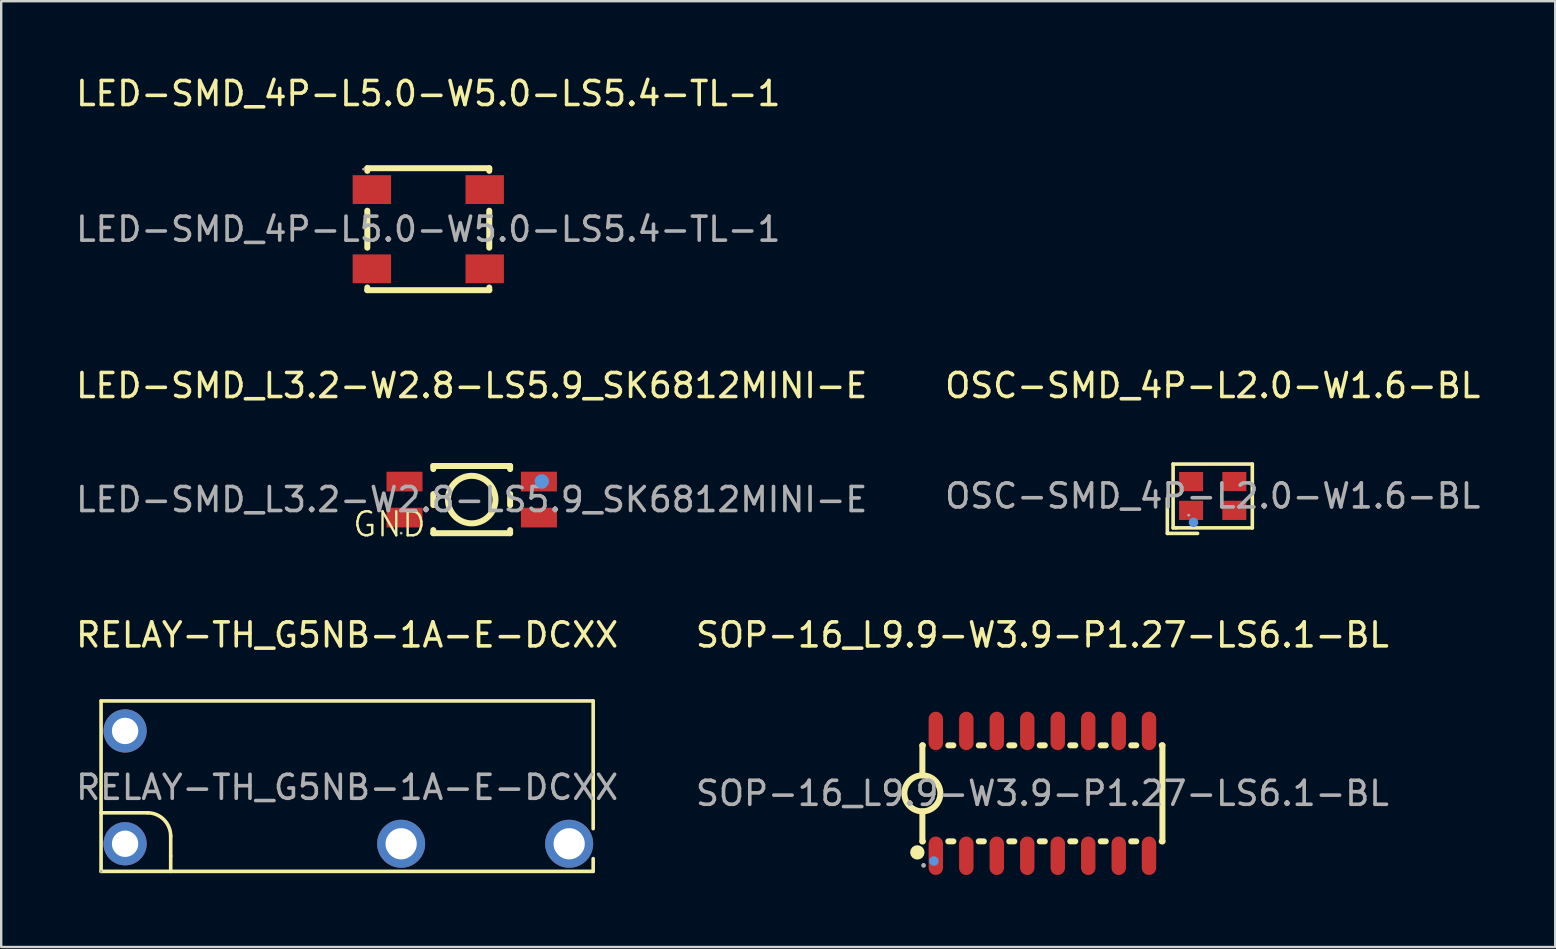
<source format=kicad_pcb>
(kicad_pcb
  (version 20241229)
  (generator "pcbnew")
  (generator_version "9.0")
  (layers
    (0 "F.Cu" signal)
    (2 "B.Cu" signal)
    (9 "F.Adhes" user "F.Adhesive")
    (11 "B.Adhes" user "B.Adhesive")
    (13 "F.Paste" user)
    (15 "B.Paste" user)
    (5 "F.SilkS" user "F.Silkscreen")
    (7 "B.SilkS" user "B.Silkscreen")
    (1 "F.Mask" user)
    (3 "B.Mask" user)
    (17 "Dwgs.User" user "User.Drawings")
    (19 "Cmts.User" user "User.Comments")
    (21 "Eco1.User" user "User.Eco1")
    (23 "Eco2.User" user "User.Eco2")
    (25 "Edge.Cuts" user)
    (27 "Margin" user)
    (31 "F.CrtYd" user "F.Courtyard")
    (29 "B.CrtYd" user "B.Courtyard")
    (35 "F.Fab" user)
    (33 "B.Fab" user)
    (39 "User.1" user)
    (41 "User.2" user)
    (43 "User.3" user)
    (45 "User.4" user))
  (footprint "SOP-16_L9.9-W3.9-P1.27-LS6.1-BL"
    (layer "F.Cu")
    (at 40.375 30)
    (property "Reference" "SOP-16_L9.9-W3.9-P1.27-LS6.1-BL" (at 0 -6.6 0) (layer "F.SilkS") (effects (font (size 1 1) (thickness 0.15))))
    (attr through_hole)
    (fp_line (start -5 -2) (end -5 -0.75) (stroke (width 0.25) (type solid)) (layer "F.SilkS"))
    (fp_line (start -5 -2) (end -4.98 -2) (stroke (width 0.25) (type solid)) (layer "F.SilkS"))
    (fp_line (start -5 2) (end -5 0.75) (stroke (width 0.25) (type solid)) (layer "F.SilkS"))
    (fp_line (start -5 2) (end -4.98 2) (stroke (width 0.25) (type solid)) (layer "F.SilkS"))
    (fp_line (start -3.92 -2) (end -3.71 -2) (stroke (width 0.25) (type solid)) (layer "F.SilkS"))
    (fp_line (start -3.92 2) (end -3.71 2) (stroke (width 0.25) (type solid)) (layer "F.SilkS"))
    (fp_line (start -2.65 -2) (end -2.44 -2) (stroke (width 0.25) (type solid)) (layer "F.SilkS"))
    (fp_line (start -2.65 2) (end -2.44 2) (stroke (width 0.25) (type solid)) (layer "F.SilkS"))
    (fp_line (start -1.38 -2) (end -1.17 -2) (stroke (width 0.25) (type solid)) (layer "F.SilkS"))
    (fp_line (start -1.38 2) (end -1.17 2) (stroke (width 0.25) (type solid)) (layer "F.SilkS"))
    (fp_line (start -0.11 -2) (end 0.1 -2) (stroke (width 0.25) (type solid)) (layer "F.SilkS"))
    (fp_line (start -0.11 2) (end 0.1 2) (stroke (width 0.25) (type solid)) (layer "F.SilkS"))
    (fp_line (start 1.16 -2) (end 1.37 -2) (stroke (width 0.25) (type solid)) (layer "F.SilkS"))
    (fp_line (start 1.16 2) (end 1.37 2) (stroke (width 0.25) (type solid)) (layer "F.SilkS"))
    (fp_line (start 2.43 -2) (end 2.64 -2) (stroke (width 0.25) (type solid)) (layer "F.SilkS"))
    (fp_line (start 2.43 2) (end 2.64 2) (stroke (width 0.25) (type solid)) (layer "F.SilkS"))
    (fp_line (start 3.7 -2) (end 3.91 -2) (stroke (width 0.25) (type solid)) (layer "F.SilkS"))
    (fp_line (start 3.7 2) (end 3.91 2) (stroke (width 0.25) (type solid)) (layer "F.SilkS"))
    (fp_line (start 4.97 -2) (end 5 -2) (stroke (width 0.25) (type solid)) (layer "F.SilkS"))
    (fp_line (start 4.97 2) (end 5 2) (stroke (width 0.25) (type solid)) (layer "F.SilkS"))
    (fp_line (start 5 2) (end 5 -2) (stroke (width 0.25) (type solid)) (layer "F.SilkS"))
    (fp_arc (start -5.21 2.46) (mid -5.21 2.46) (end -5.21 2.46) (stroke (width 0.3) (type solid)) (layer "F.SilkS"))
    (fp_arc (start -5.013089 0.749886) (mid -4.993455 -0.749972) (end -5 0.75) (stroke (width 0.25) (type solid)) (layer "F.SilkS"))
    (fp_circle (center -4.52 2.82) (end -4.42 2.82) (stroke (width 0.2) (type solid)) (fill no) (layer "Cmts.User"))
    (fp_circle (center -4.95 3) (end -4.9 3) (stroke (width 0.1) (type solid)) (fill no) (layer "F.Fab"))
    (fp_text user "${REFERENCE}" (at 0 0 0) (layer "F.Fab") (effects (font (size 1 1) (thickness 0.15))))
    (pad "1" smd oval (at -4.44 2.6 180) (size 0.6 1.6) (layers "F.Cu" "F.Mask" "F.Paste"))
    (pad "2" smd oval (at -3.17 2.6 180) (size 0.6 1.6) (layers "F.Cu" "F.Mask" "F.Paste"))
    (pad "3" smd oval (at -1.9 2.6 180) (size 0.6 1.6) (layers "F.Cu" "F.Mask" "F.Paste"))
    (pad "4" smd oval (at -0.63 2.6 180) (size 0.6 1.6) (layers "F.Cu" "F.Mask" "F.Paste"))
    (pad "5" smd oval (at 0.64 2.6 180) (size 0.6 1.6) (layers "F.Cu" "F.Mask" "F.Paste"))
    (pad "6" smd oval (at 1.91 2.6 180) (size 0.6 1.6) (layers "F.Cu" "F.Mask" "F.Paste"))
    (pad "7" smd oval (at 3.18 2.6 180) (size 0.6 1.6) (layers "F.Cu" "F.Mask" "F.Paste"))
    (pad "8" smd oval (at 4.44 2.6 180) (size 0.6 1.6) (layers "F.Cu" "F.Mask" "F.Paste"))
    (pad "9" smd oval (at 4.44 -2.6 180) (size 0.6 1.6) (layers "F.Cu" "F.Mask" "F.Paste"))
    (pad "10" smd oval (at 3.18 -2.6 180) (size 0.6 1.6) (layers "F.Cu" "F.Mask" "F.Paste"))
    (pad "11" smd oval (at 1.91 -2.6 180) (size 0.6 1.6) (layers "F.Cu" "F.Mask" "F.Paste"))
    (pad "12" smd oval (at 0.64 -2.6 180) (size 0.6 1.6) (layers "F.Cu" "F.Mask" "F.Paste"))
    (pad "13" smd oval (at -0.63 -2.6 180) (size 0.6 1.6) (layers "F.Cu" "F.Mask" "F.Paste"))
    (pad "14" smd oval (at -1.9 -2.6 180) (size 0.6 1.6) (layers "F.Cu" "F.Mask" "F.Paste"))
    (pad "15" smd oval (at -3.17 -2.6 180) (size 0.6 1.6) (layers "F.Cu" "F.Mask" "F.Paste"))
    (pad "16" smd oval (at -4.44 -2.6 180) (size 0.6 1.6) (layers "F.Cu" "F.Mask" "F.Paste")))
  (footprint "LED-SMD_L3.2-W2.8-LS5.9_SK6812MINI-E"
    (layer "F.Cu")
    (at 16.601 17.762)
    (property "Reference" "LED-SMD_L3.2-W2.8-LS5.9_SK6812MINI-E" (at 0 -4.75 0) (layer "F.SilkS") (effects (font (size 1 1) (thickness 0.15))))
    (attr smd)
    (fp_line (start -1.6 -1.4) (end -1.6 -1.27) (stroke (width 0.25) (type solid)) (layer "F.SilkS"))
    (fp_line (start -1.6 -1.4) (end 1.6 -1.4) (stroke (width 0.25) (type solid)) (layer "F.SilkS"))
    (fp_line (start -1.6 -0.23) (end -1.6 0.23) (stroke (width 0.25) (type solid)) (layer "F.SilkS"))
    (fp_line (start -1.6 1.27) (end -1.6 1.4) (stroke (width 0.25) (type solid)) (layer "F.SilkS"))
    (fp_line (start -1.6 1.4) (end 1.6 1.4) (stroke (width 0.25) (type solid)) (layer "F.SilkS"))
    (fp_line (start 1.6 -1.4) (end 1.6 -1.27) (stroke (width 0.25) (type solid)) (layer "F.SilkS"))
    (fp_line (start 1.6 -0.23) (end 1.6 0.23) (stroke (width 0.25) (type solid)) (layer "F.SilkS"))
    (fp_line (start 1.6 1.27) (end 1.6 1.4) (stroke (width 0.25) (type solid)) (layer "F.SilkS"))
    (fp_circle (center 0 0) (end 0.99 0) (stroke (width 0.25) (type solid)) (fill no) (layer "F.SilkS"))
    (fp_circle (center 2.92 -0.76) (end 3.07 -0.76) (stroke (width 0.3) (type solid)) (fill no) (layer "Cmts.User"))
    (fp_circle (center -2.94 1.4) (end -2.91 1.4) (stroke (width 0.06) (type solid)) (fill no) (layer "F.Fab"))
    (fp_text user "GND" (at -5.02 1.03 0) (layer "F.SilkS") (effects (font (size 1 1) (thickness 0.1)) (justify left)))
    (fp_text user "${REFERENCE}" (at 0 0 0) (layer "F.Fab") (effects (font (size 1 1) (thickness 0.15))))
    (pad "1" smd rect (at 2.8 -0.75 90) (size 0.82 1.5) (layers "F.Cu" "F.Mask" "F.Paste"))
    (pad "2" smd rect (at 2.8 0.75 90) (size 0.82 1.5) (layers "F.Cu" "F.Mask" "F.Paste"))
    (pad "3" smd rect (at -2.8 0.75 90) (size 0.82 1.5) (layers "F.Cu" "F.Mask" "F.Paste"))
    (pad "4" smd rect (at -2.8 -0.75 90) (size 0.82 1.5) (layers "F.Cu" "F.Mask" "F.Paste")))
  (footprint "RELAY-TH_G5NB-1A-E-DCXX"
    (layer "F.Cu")
    (at 11.411 29.75)
    (property "Reference" "RELAY-TH_G5NB-1A-E-DCXX" (at 0 -6.35 0) (layer "F.SilkS") (effects (font (size 1 1) (thickness 0.15))))
    (attr through_hole)
    (fp_line (start -10.25 -3.6) (end 10.25 -3.6) (stroke (width 0.15) (type solid)) (layer "F.SilkS"))
    (fp_line (start -10.25 1.06) (end -8.32 1.06) (stroke (width 0.15) (type solid)) (layer "F.SilkS"))
    (fp_line (start -10.25 3.5) (end -10.25 -3.6) (stroke (width 0.15) (type solid)) (layer "F.SilkS"))
    (fp_line (start -7.35 2.03) (end -7.35 2.86) (stroke (width 0.15) (type solid)) (layer "F.SilkS"))
    (fp_line (start -7.35 2.86) (end -7.35 3.5) (stroke (width 0.15) (type solid)) (layer "F.SilkS"))
    (fp_line (start 10.25 -3.6) (end 10.25 1.72) (stroke (width 0.15) (type solid)) (layer "F.SilkS"))
    (fp_line (start 10.25 2.97) (end 10.25 3.5) (stroke (width 0.15) (type solid)) (layer "F.SilkS"))
    (fp_line (start 10.25 3.5) (end -10.25 3.5) (stroke (width 0.15) (type solid)) (layer "F.SilkS"))
    (fp_arc (start -8.32 1.06) (mid -7.634106 1.344106) (end -7.35 2.03) (stroke (width 0.15) (type solid)) (layer "F.SilkS"))
    (fp_circle (center -10.25 3.5) (end -10.22 3.5) (stroke (width 0.06) (type solid)) (fill no) (layer "F.Fab"))
    (fp_text user "${REFERENCE}" (at 0 0 0) (layer "F.Fab") (effects (font (size 1 1) (thickness 0.15))))
    (pad "1" thru_hole circle (at -9.25 2.35) (size 1.8 1.8) (drill 1.1) (layers "*.Cu" "*.Mask"))
    (pad "2" thru_hole circle (at 2.25 2.35) (size 2 2) (drill 1.3) (layers "*.Cu" "*.Mask"))
    (pad "3" thru_hole circle (at 9.25 2.35) (size 2 2) (drill 1.3) (layers "*.Cu" "*.Mask"))
    (pad "4" thru_hole circle (at -9.25 -2.35) (size 1.8 1.8) (drill 1.1) (layers "*.Cu" "*.Mask")))
  (footprint "OSC-SMD_4P-L2.0-W1.6-BL"
    (layer "F.Cu")
    (at 47.47 17.611)
    (property "Reference" "OSC-SMD_4P-L2.0-W1.6-BL" (at 0 -4.6 0) (layer "F.SilkS") (effects (font (size 1 1) (thickness 0.15))))
    (attr smd)
    (fp_line (start -1.89 0.1) (end -1.89 1.56) (stroke (width 0.15) (type solid)) (layer "F.SilkS"))
    (fp_line (start -1.89 1.56) (end -0.63 1.56) (stroke (width 0.15) (type solid)) (layer "F.SilkS"))
    (fp_line (start -1.65 -1.33) (end 1.65 -1.33) (stroke (width 0.15) (type solid)) (layer "F.SilkS"))
    (fp_line (start -1.65 1.33) (end -1.65 -1.33) (stroke (width 0.15) (type solid)) (layer "F.SilkS"))
    (fp_line (start -1.53 1.33) (end -1.65 1.33) (stroke (width 0.15) (type solid)) (layer "F.SilkS"))
    (fp_line (start 1.65 -1.33) (end 1.65 1.33) (stroke (width 0.15) (type solid)) (layer "F.SilkS"))
    (fp_line (start 1.65 1.33) (end -1.53 1.33) (stroke (width 0.15) (type solid)) (layer "F.SilkS"))
    (fp_circle (center -0.8 1.1) (end -0.7 1.1) (stroke (width 0.2) (type solid)) (fill no) (layer "Cmts.User"))
    (fp_circle (center -1 0.8) (end -0.97 0.8) (stroke (width 0.06) (type solid)) (fill no) (layer "F.Fab"))
    (fp_text user "${REFERENCE}" (at 0 0 0) (layer "F.Fab") (effects (font (size 1 1) (thickness 0.15))))
    (pad "1" smd rect (at -0.9 0.6 90) (size 0.8 1) (layers "F.Cu" "F.Mask" "F.Paste"))
    (pad "2" smd rect (at 0.9 0.6 90) (size 0.8 1) (layers "F.Cu" "F.Mask" "F.Paste"))
    (pad "3" smd rect (at 0.9 -0.6 90) (size 0.8 1) (layers "F.Cu" "F.Mask" "F.Paste"))
    (pad "4" smd rect (at -0.9 -0.6 90) (size 0.8 1) (layers "F.Cu" "F.Mask" "F.Paste")))
  (footprint "LED-SMD_4P-L5.0-W5.0-LS5.4-TL-1"
    (layer "F.Cu")
    (at 14.792 6.498)
    (property "Reference" "LED-SMD_4P-L5.0-W5.0-LS5.4-TL-1" (at 0 -5.65 0) (layer "F.SilkS") (effects (font (size 1 1) (thickness 0.15))))
    (attr smd)
    (fp_line (start -2.54 -2.54) (end 2.54 -2.54) (stroke (width 0.25) (type solid)) (layer "F.SilkS"))
    (fp_line (start -2.54 -2.43) (end -2.54 -2.54) (stroke (width 0.25) (type solid)) (layer "F.SilkS"))
    (fp_line (start -2.54 0.77) (end -2.54 -0.77) (stroke (width 0.25) (type solid)) (layer "F.SilkS"))
    (fp_line (start -2.54 2.54) (end -2.54 2.43) (stroke (width 0.25) (type solid)) (layer "F.SilkS"))
    (fp_line (start 2.54 -2.54) (end 2.54 -2.43) (stroke (width 0.25) (type solid)) (layer "F.SilkS"))
    (fp_line (start 2.54 -0.77) (end 2.54 0.77) (stroke (width 0.25) (type solid)) (layer "F.SilkS"))
    (fp_line (start 2.54 2.43) (end 2.54 2.54) (stroke (width 0.25) (type solid)) (layer "F.SilkS"))
    (fp_line (start 2.54 2.54) (end -2.54 2.54) (stroke (width 0.25) (type solid)) (layer "F.SilkS"))
    (fp_circle (center -2.7 -2.5) (end -2.67 -2.5) (stroke (width 0.06) (type solid)) (fill no) (layer "F.Fab"))
    (fp_text user "${REFERENCE}" (at 0 0 0) (layer "F.Fab") (effects (font (size 1 1) (thickness 0.15))))
    (pad "1" smd rect (at -2.35 -1.65) (size 1.6 1.2) (layers "F.Cu" "F.Mask" "F.Paste"))
    (pad "2" smd rect (at -2.35 1.65) (size 1.6 1.2) (layers "F.Cu" "F.Mask" "F.Paste"))
    (pad "3" smd rect (at 2.35 1.65) (size 1.6 1.2) (layers "F.Cu" "F.Mask" "F.Paste"))
    (pad "4" smd rect (at 2.35 -1.65) (size 1.6 1.2) (layers "F.Cu" "F.Mask" "F.Paste")))
  (gr_rect
    (start -3 -3)
    (end 61.738 36.4)
    (stroke (width 0.1) (type default))
    (fill no)
    (layer "Edge.Cuts")))
</source>
